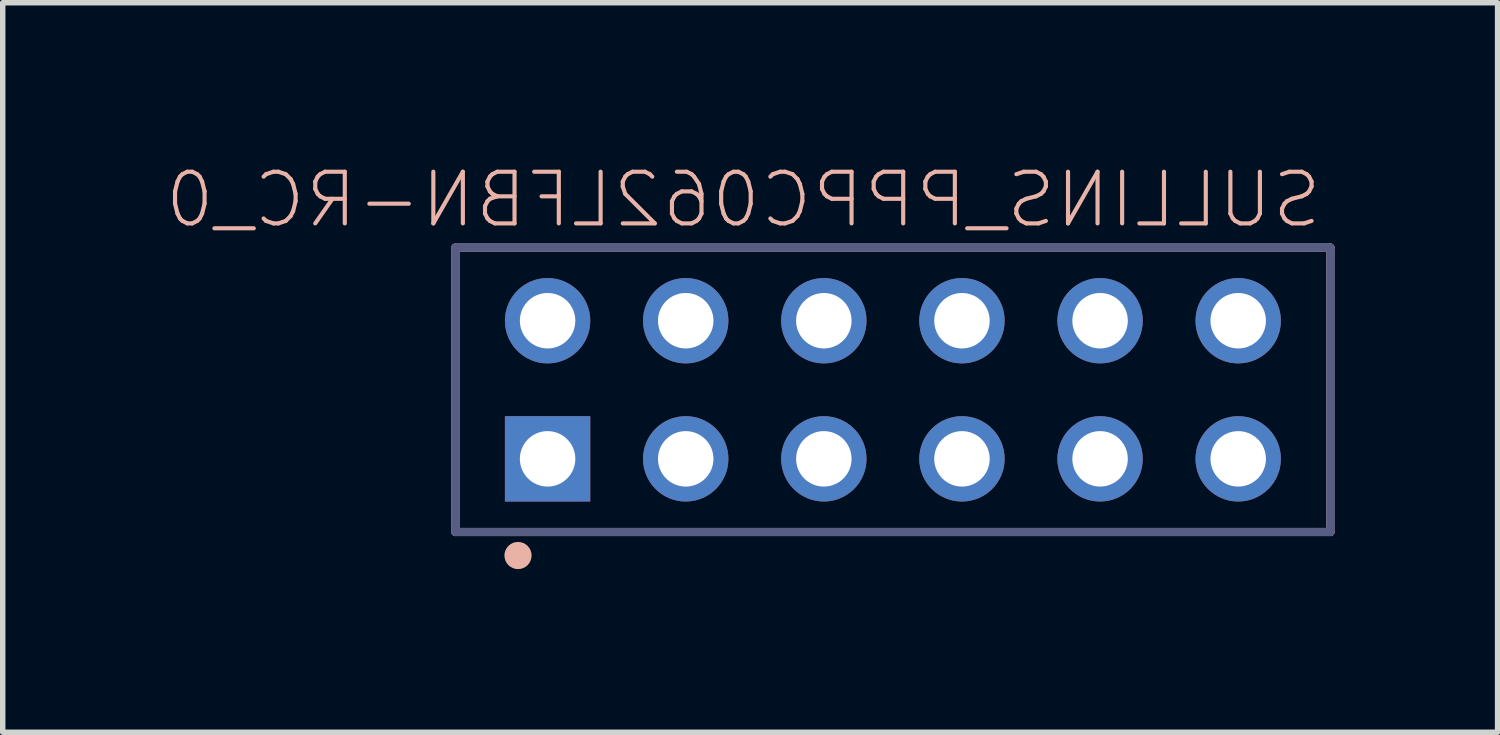
<source format=kicad_pcb>
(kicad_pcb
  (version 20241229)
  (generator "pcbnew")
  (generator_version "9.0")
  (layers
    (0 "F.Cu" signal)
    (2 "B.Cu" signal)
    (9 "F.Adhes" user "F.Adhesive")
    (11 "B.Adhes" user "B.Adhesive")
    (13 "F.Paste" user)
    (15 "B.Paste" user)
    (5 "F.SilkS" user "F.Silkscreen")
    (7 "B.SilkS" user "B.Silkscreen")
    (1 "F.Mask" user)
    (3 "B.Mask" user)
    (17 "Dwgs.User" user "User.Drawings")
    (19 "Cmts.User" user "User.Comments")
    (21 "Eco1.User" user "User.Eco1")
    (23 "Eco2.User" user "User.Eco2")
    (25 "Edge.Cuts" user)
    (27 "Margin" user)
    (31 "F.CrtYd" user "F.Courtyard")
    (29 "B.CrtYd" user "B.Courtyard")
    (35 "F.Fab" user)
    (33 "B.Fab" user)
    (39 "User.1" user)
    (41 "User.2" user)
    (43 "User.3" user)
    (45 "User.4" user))
  (footprint "SULLINS_PPPC062LFBN-RC_0"
    (layer "F.Cu")
    (at 13.37 4.118)
    (property "Reference" "SULLINS_PPPC062LFBN-RC_0" (at 7.93 -2.94 180) (layer "B.SilkS") (effects (font (size 0.95 0.95) (thickness 0.076)) (justify left bottom mirror)))
    (attr through_hole)
    (fp_line (start -8.045 -2.615) (end 8.045 -2.615) (stroke (width 0.15) (type solid)) (layer "B.SilkS"))
    (fp_line (start -8.045 2.615) (end -8.045 -2.615) (stroke (width 0.15) (type solid)) (layer "B.SilkS"))
    (fp_line (start -8.045 2.615) (end 8.045 2.615) (stroke (width 0.15) (type solid)) (layer "B.SilkS"))
    (fp_line (start 8.045 2.615) (end 8.045 -2.615) (stroke (width 0.15) (type solid)) (layer "B.SilkS"))
    (fp_circle (center -6.894 3.048) (end -6.769 3.048) (stroke (width 0.25) (type solid)) (fill no) (layer "B.SilkS"))
    (fp_line (start -8.045 -2.615) (end 8.045 -2.615) (stroke (width 0.15) (type solid)) (layer "B.Fab"))
    (fp_line (start -8.045 2.615) (end -8.045 -2.615) (stroke (width 0.15) (type solid)) (layer "B.Fab"))
    (fp_line (start 8.045 -2.615) (end 8.045 2.615) (stroke (width 0.15) (type solid)) (layer "B.Fab"))
    (fp_line (start 8.045 2.615) (end -8.045 2.615) (stroke (width 0.15) (type solid)) (layer "B.Fab"))
    (pad "1" thru_hole rect (at -6.35 1.27) (size 1.57 1.57) (drill 1.02) (layers "*.Cu" "*.Mask"))
    (pad "2" thru_hole circle (at -6.35 -1.27) (size 1.57 1.57) (drill 1.02) (layers "*.Cu" "*.Mask"))
    (pad "3" thru_hole circle (at -3.81 1.27) (size 1.57 1.57) (drill 1.02) (layers "*.Cu" "*.Mask"))
    (pad "4" thru_hole circle (at -3.81 -1.27) (size 1.57 1.57) (drill 1.02) (layers "*.Cu" "*.Mask"))
    (pad "5" thru_hole circle (at -1.27 1.27) (size 1.57 1.57) (drill 1.02) (layers "*.Cu" "*.Mask"))
    (pad "6" thru_hole circle (at -1.27 -1.27) (size 1.57 1.57) (drill 1.02) (layers "*.Cu" "*.Mask"))
    (pad "7" thru_hole circle (at 1.27 1.27) (size 1.57 1.57) (drill 1.02) (layers "*.Cu" "*.Mask"))
    (pad "8" thru_hole circle (at 1.27 -1.27) (size 1.57 1.57) (drill 1.02) (layers "*.Cu" "*.Mask"))
    (pad "9" thru_hole circle (at 3.81 1.27) (size 1.57 1.57) (drill 1.02) (layers "*.Cu" "*.Mask"))
    (pad "10" thru_hole circle (at 3.81 -1.27) (size 1.57 1.57) (drill 1.02) (layers "*.Cu" "*.Mask"))
    (pad "11" thru_hole circle (at 6.35 1.27) (size 1.57 1.57) (drill 1.02) (layers "*.Cu" "*.Mask"))
    (pad "12" thru_hole circle (at 6.35 -1.27) (size 1.57 1.57) (drill 1.02) (layers "*.Cu" "*.Mask")))
  (gr_rect
    (start -3 -3)
    (end 24.49 10.416)
    (stroke (width 0.1) (type default))
    (fill no)
    (layer "Edge.Cuts")))
</source>
